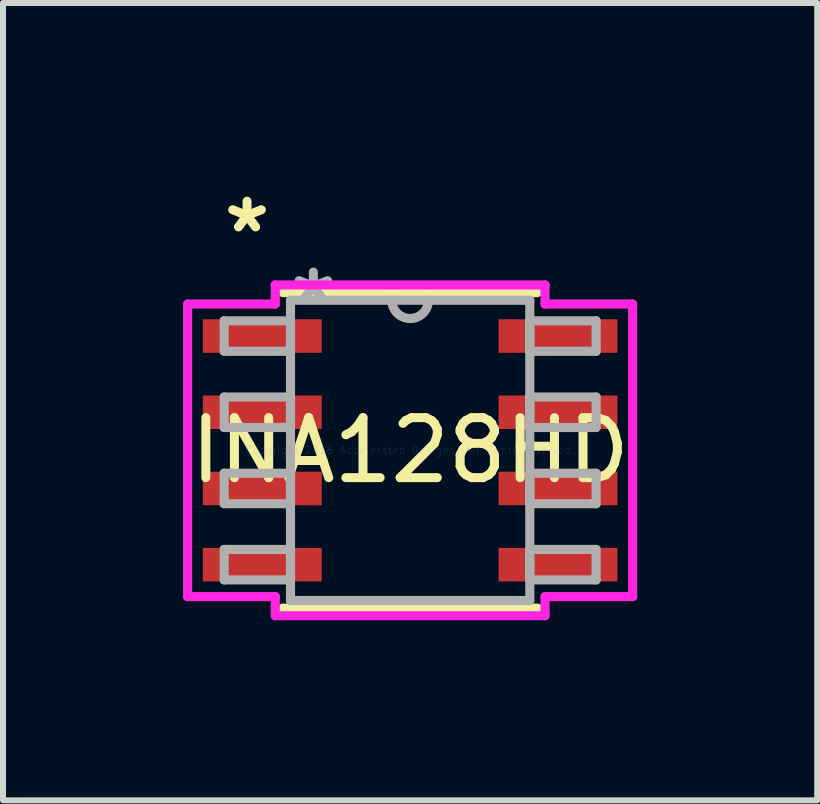
<source format=kicad_pcb>
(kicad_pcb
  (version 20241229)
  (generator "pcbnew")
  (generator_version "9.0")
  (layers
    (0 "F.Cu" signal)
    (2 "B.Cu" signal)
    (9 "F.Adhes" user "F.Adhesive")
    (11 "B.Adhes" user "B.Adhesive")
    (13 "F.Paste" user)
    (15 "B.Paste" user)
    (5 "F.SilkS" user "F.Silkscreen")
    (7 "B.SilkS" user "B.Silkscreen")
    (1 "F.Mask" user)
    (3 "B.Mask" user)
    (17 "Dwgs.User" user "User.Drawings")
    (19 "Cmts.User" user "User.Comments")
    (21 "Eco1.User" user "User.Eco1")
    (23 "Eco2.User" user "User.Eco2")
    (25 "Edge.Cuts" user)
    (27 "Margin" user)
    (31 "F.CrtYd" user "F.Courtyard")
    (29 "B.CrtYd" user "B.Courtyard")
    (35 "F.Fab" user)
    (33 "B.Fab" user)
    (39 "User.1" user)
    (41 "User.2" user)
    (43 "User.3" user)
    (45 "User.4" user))
  (footprint "INA128HD"
    (layer "F.Cu")
    (at 3.785 4.455)
    (property "Reference" "INA128HD" (at 0 0 0) (layer "F.SilkS") (effects (font (size 1 1) (thickness 0.15))))
    (attr through_hole)
    (fp_line (start -2.121 2.629) (end 2.121 2.629) (stroke (width 0.152) (type solid)) (layer "F.SilkS"))
    (fp_line (start 2.121 -2.629) (end -2.121 -2.629) (stroke (width 0.152) (type solid)) (layer "F.SilkS"))
    (fp_line (start -3.708 -2.438) (end -2.248 -2.438) (stroke (width 0.152) (type solid)) (layer "F.CrtYd"))
    (fp_line (start -3.708 2.438) (end -3.708 -2.438) (stroke (width 0.152) (type solid)) (layer "F.CrtYd"))
    (fp_line (start -2.248 -2.756) (end 2.248 -2.756) (stroke (width 0.152) (type solid)) (layer "F.CrtYd"))
    (fp_line (start -2.248 -2.438) (end -2.248 -2.756) (stroke (width 0.152) (type solid)) (layer "F.CrtYd"))
    (fp_line (start -2.248 2.438) (end -3.708 2.438) (stroke (width 0.152) (type solid)) (layer "F.CrtYd"))
    (fp_line (start -2.248 2.756) (end -2.248 2.438) (stroke (width 0.152) (type solid)) (layer "F.CrtYd"))
    (fp_line (start 2.248 -2.756) (end 2.248 -2.438) (stroke (width 0.152) (type solid)) (layer "F.CrtYd"))
    (fp_line (start 2.248 -2.438) (end 3.708 -2.438) (stroke (width 0.152) (type solid)) (layer "F.CrtYd"))
    (fp_line (start 2.248 2.438) (end 2.248 2.756) (stroke (width 0.152) (type solid)) (layer "F.CrtYd"))
    (fp_line (start 2.248 2.756) (end -2.248 2.756) (stroke (width 0.152) (type solid)) (layer "F.CrtYd"))
    (fp_line (start 3.708 -2.438) (end 3.708 2.438) (stroke (width 0.152) (type solid)) (layer "F.CrtYd"))
    (fp_line (start 3.708 2.438) (end 2.248 2.438) (stroke (width 0.152) (type solid)) (layer "F.CrtYd"))
    (fp_line (start -3.099 -2.159) (end -3.099 -1.651) (stroke (width 0.152) (type solid)) (layer "F.Fab"))
    (fp_line (start -3.099 -1.651) (end -1.994 -1.651) (stroke (width 0.152) (type solid)) (layer "F.Fab"))
    (fp_line (start -3.099 -0.889) (end -3.099 -0.381) (stroke (width 0.152) (type solid)) (layer "F.Fab"))
    (fp_line (start -3.099 -0.381) (end -1.994 -0.381) (stroke (width 0.152) (type solid)) (layer "F.Fab"))
    (fp_line (start -3.099 0.381) (end -3.099 0.889) (stroke (width 0.152) (type solid)) (layer "F.Fab"))
    (fp_line (start -3.099 0.889) (end -1.994 0.889) (stroke (width 0.152) (type solid)) (layer "F.Fab"))
    (fp_line (start -3.099 1.651) (end -3.099 2.159) (stroke (width 0.152) (type solid)) (layer "F.Fab"))
    (fp_line (start -3.099 2.159) (end -1.994 2.159) (stroke (width 0.152) (type solid)) (layer "F.Fab"))
    (fp_line (start -1.994 -2.502) (end -1.994 2.502) (stroke (width 0.152) (type solid)) (layer "F.Fab"))
    (fp_line (start -1.994 -2.159) (end -3.099 -2.159) (stroke (width 0.152) (type solid)) (layer "F.Fab"))
    (fp_line (start -1.994 -1.651) (end -1.994 -2.159) (stroke (width 0.152) (type solid)) (layer "F.Fab"))
    (fp_line (start -1.994 -0.889) (end -3.099 -0.889) (stroke (width 0.152) (type solid)) (layer "F.Fab"))
    (fp_line (start -1.994 -0.381) (end -1.994 -0.889) (stroke (width 0.152) (type solid)) (layer "F.Fab"))
    (fp_line (start -1.994 0.381) (end -3.099 0.381) (stroke (width 0.152) (type solid)) (layer "F.Fab"))
    (fp_line (start -1.994 0.889) (end -1.994 0.381) (stroke (width 0.152) (type solid)) (layer "F.Fab"))
    (fp_line (start -1.994 1.651) (end -3.099 1.651) (stroke (width 0.152) (type solid)) (layer "F.Fab"))
    (fp_line (start -1.994 2.159) (end -1.994 1.651) (stroke (width 0.152) (type solid)) (layer "F.Fab"))
    (fp_line (start -1.994 2.502) (end 1.994 2.502) (stroke (width 0.152) (type solid)) (layer "F.Fab"))
    (fp_line (start 1.994 -2.502) (end -1.994 -2.502) (stroke (width 0.152) (type solid)) (layer "F.Fab"))
    (fp_line (start 1.994 -2.159) (end 1.994 -1.651) (stroke (width 0.152) (type solid)) (layer "F.Fab"))
    (fp_line (start 1.994 -1.651) (end 3.099 -1.651) (stroke (width 0.152) (type solid)) (layer "F.Fab"))
    (fp_line (start 1.994 -0.889) (end 1.994 -0.381) (stroke (width 0.152) (type solid)) (layer "F.Fab"))
    (fp_line (start 1.994 -0.381) (end 3.099 -0.381) (stroke (width 0.152) (type solid)) (layer "F.Fab"))
    (fp_line (start 1.994 0.381) (end 1.994 0.889) (stroke (width 0.152) (type solid)) (layer "F.Fab"))
    (fp_line (start 1.994 0.889) (end 3.099 0.889) (stroke (width 0.152) (type solid)) (layer "F.Fab"))
    (fp_line (start 1.994 1.651) (end 1.994 2.159) (stroke (width 0.152) (type solid)) (layer "F.Fab"))
    (fp_line (start 1.994 2.159) (end 3.099 2.159) (stroke (width 0.152) (type solid)) (layer "F.Fab"))
    (fp_line (start 1.994 2.502) (end 1.994 -2.502) (stroke (width 0.152) (type solid)) (layer "F.Fab"))
    (fp_line (start 3.099 -2.159) (end 1.994 -2.159) (stroke (width 0.152) (type solid)) (layer "F.Fab"))
    (fp_line (start 3.099 -1.651) (end 3.099 -2.159) (stroke (width 0.152) (type solid)) (layer "F.Fab"))
    (fp_line (start 3.099 -0.889) (end 1.994 -0.889) (stroke (width 0.152) (type solid)) (layer "F.Fab"))
    (fp_line (start 3.099 -0.381) (end 3.099 -0.889) (stroke (width 0.152) (type solid)) (layer "F.Fab"))
    (fp_line (start 3.099 0.381) (end 1.994 0.381) (stroke (width 0.152) (type solid)) (layer "F.Fab"))
    (fp_line (start 3.099 0.889) (end 3.099 0.381) (stroke (width 0.152) (type solid)) (layer "F.Fab"))
    (fp_line (start 3.099 1.651) (end 1.994 1.651) (stroke (width 0.152) (type solid)) (layer "F.Fab"))
    (fp_line (start 3.099 2.159) (end 3.099 1.651) (stroke (width 0.152) (type solid)) (layer "F.Fab"))
    (fp_arc (start 0.3048 -2.5019) (mid 0 -2.1971) (end -0.3048 -2.5019) (stroke (width 0.1524) (type solid)) (layer "F.Fab"))
    (fp_text user "*" (at -2.718 -3.607 0) (layer "F.SilkS") (effects (font (size 1 1) (thickness 0.15))))
    (fp_text user "Copyright 2016 Accelerated Designs. All rights reserved." (at 0 0 0) (layer "Cmts.User") (effects (font (size 0.127 0.127) (thickness 0.002))))
    (fp_text user "*" (at -1.613 -2.426 0) (layer "F.Fab") (effects (font (size 1 1) (thickness 0.15))))
    (pad "1" smd rect (at -2.464 -1.905) (size 1.981 0.559) (layers "F.Cu" "F.Mask" "F.Paste"))
    (pad "2" smd rect (at -2.464 -0.635) (size 1.981 0.559) (layers "F.Cu" "F.Mask" "F.Paste"))
    (pad "3" smd rect (at -2.464 0.635) (size 1.981 0.559) (layers "F.Cu" "F.Mask" "F.Paste"))
    (pad "4" smd rect (at -2.464 1.905) (size 1.981 0.559) (layers "F.Cu" "F.Mask" "F.Paste"))
    (pad "5" smd rect (at 2.464 1.905) (size 1.981 0.559) (layers "F.Cu" "F.Mask" "F.Paste"))
    (pad "6" smd rect (at 2.464 0.635) (size 1.981 0.559) (layers "F.Cu" "F.Mask" "F.Paste"))
    (pad "7" smd rect (at 2.464 -0.635) (size 1.981 0.559) (layers "F.Cu" "F.Mask" "F.Paste"))
    (pad "8" smd rect (at 2.464 -1.905) (size 1.981 0.559) (layers "F.Cu" "F.Mask" "F.Paste")))
  (gr_rect
    (start -3 -3)
    (end 10.569 10.287)
    (stroke (width 0.1) (type default))
    (fill no)
    (layer "Edge.Cuts")))
</source>
